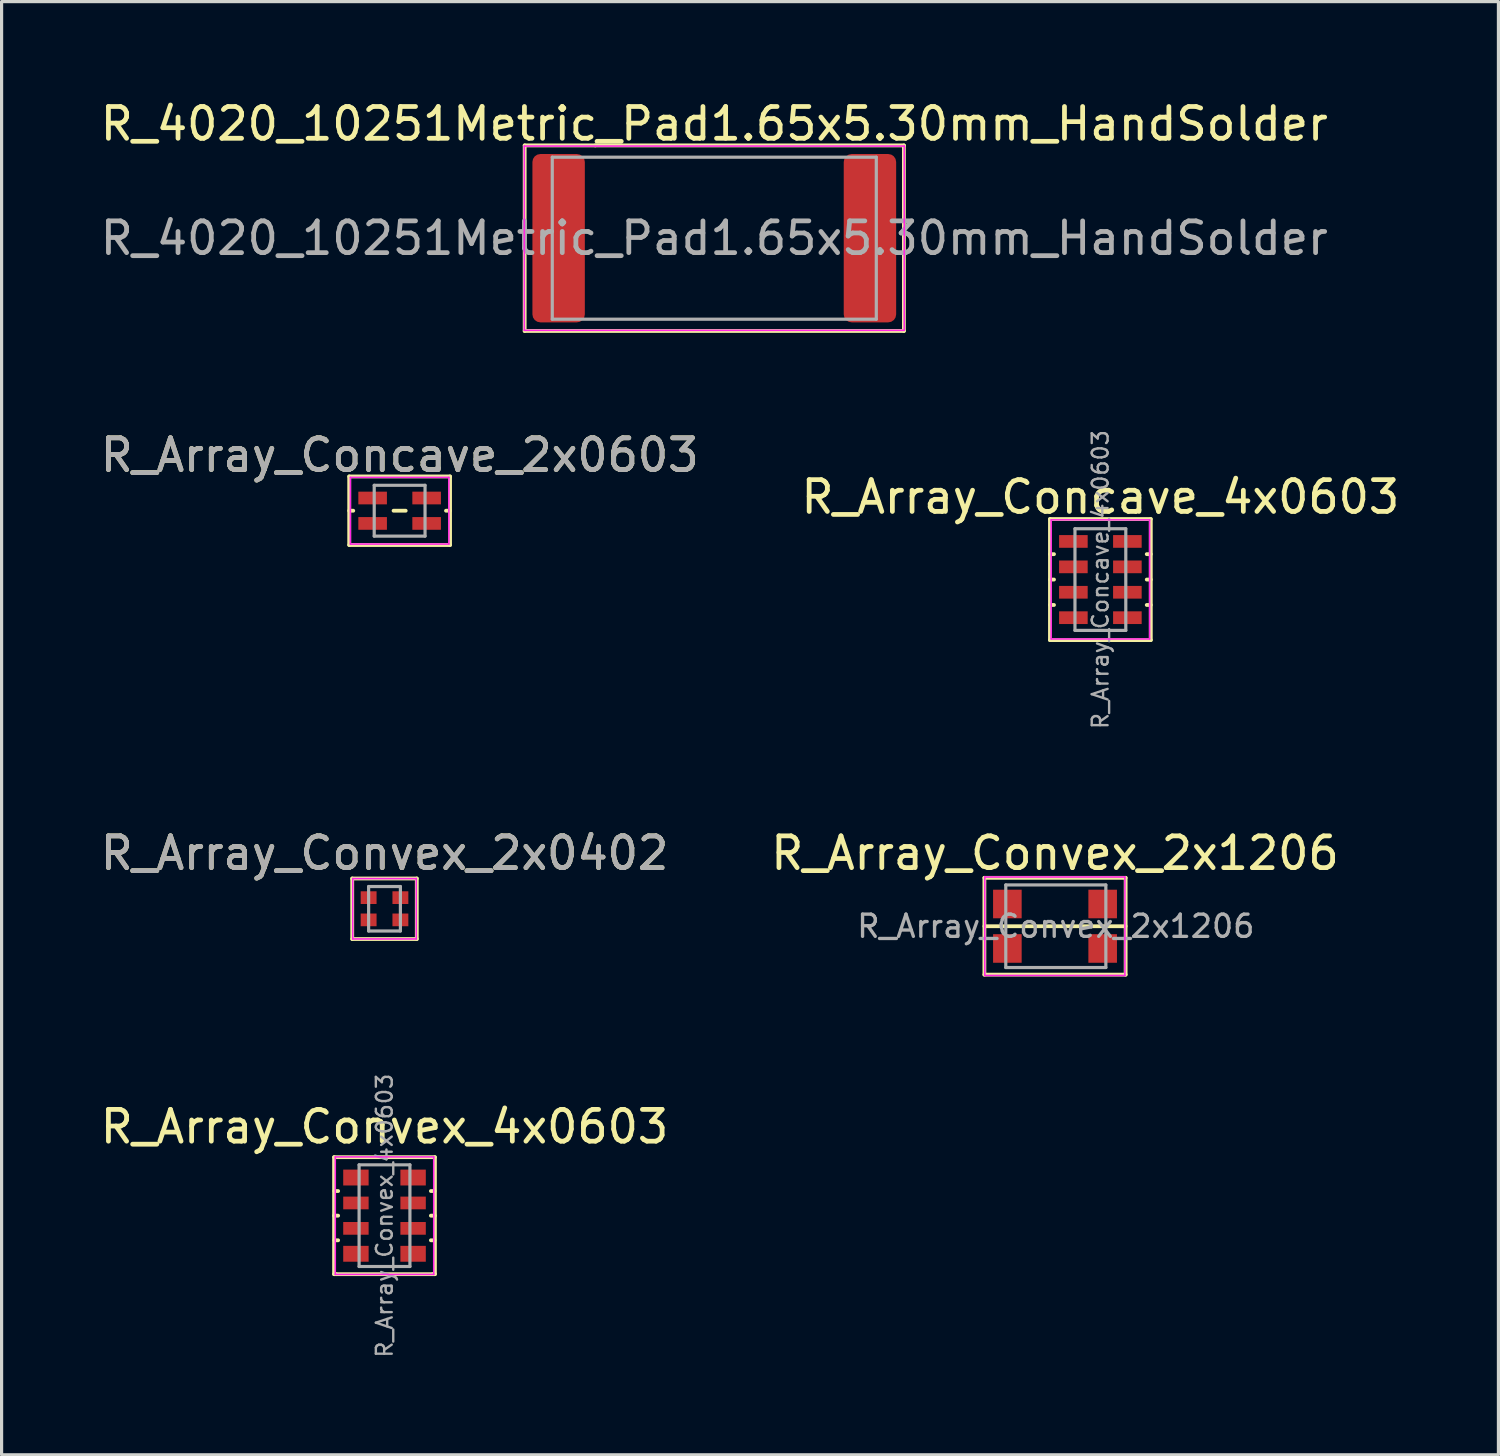
<source format=kicad_pcb>
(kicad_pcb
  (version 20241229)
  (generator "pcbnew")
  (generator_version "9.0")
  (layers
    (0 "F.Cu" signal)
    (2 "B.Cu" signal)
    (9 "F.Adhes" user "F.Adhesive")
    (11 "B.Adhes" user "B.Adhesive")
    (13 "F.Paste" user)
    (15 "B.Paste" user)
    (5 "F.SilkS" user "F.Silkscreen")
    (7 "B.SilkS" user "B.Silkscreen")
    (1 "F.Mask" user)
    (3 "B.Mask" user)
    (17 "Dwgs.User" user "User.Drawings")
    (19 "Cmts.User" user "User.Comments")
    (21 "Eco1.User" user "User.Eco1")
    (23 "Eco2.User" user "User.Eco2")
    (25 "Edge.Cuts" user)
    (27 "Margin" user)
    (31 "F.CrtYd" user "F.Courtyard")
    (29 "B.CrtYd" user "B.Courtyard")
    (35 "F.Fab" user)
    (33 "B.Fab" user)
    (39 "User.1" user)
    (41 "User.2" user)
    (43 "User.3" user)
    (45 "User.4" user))
  (footprint "R_Array_Convex_2x1206"
    (layer "F.Cu")
    (at 30.161 26.107)
    (property "Reference" "R_Array_Convex_2x1206" (at 0 -2.3 0) (layer "F.SilkS") (effects (font (size 1 1) (thickness 0.15))))
    (attr smd)
    (fp_line (start -2.223 -1.524) (end -2.223 1.524) (stroke (width 0.12) (type solid)) (layer "F.SilkS"))
    (fp_line (start -2.223 1.524) (end 2.223 1.524) (stroke (width 0.12) (type solid)) (layer "F.SilkS"))
    (fp_line (start 2.223 -1.524) (end -2.223 -1.524) (stroke (width 0.12) (type solid)) (layer "F.SilkS"))
    (fp_line (start 2.223 0) (end -2.223 0) (stroke (width 0.12) (type solid)) (layer "F.SilkS"))
    (fp_line (start 2.223 1.524) (end 2.223 -1.524) (stroke (width 0.12) (type solid)) (layer "F.SilkS"))
    (fp_line (start -2.21 -1.55) (end -2.21 1.55) (stroke (width 0.05) (type solid)) (layer "F.CrtYd"))
    (fp_line (start -2.21 -1.55) (end 2.2 -1.55) (stroke (width 0.05) (type solid)) (layer "F.CrtYd"))
    (fp_line (start 2.2 1.55) (end -2.21 1.55) (stroke (width 0.05) (type solid)) (layer "F.CrtYd"))
    (fp_line (start 2.2 1.55) (end 2.2 -1.55) (stroke (width 0.05) (type solid)) (layer "F.CrtYd"))
    (fp_line (start -1.55 -1.3) (end 1.6 -1.3) (stroke (width 0.1) (type solid)) (layer "F.Fab"))
    (fp_line (start -1.55 1.3) (end -1.55 -1.3) (stroke (width 0.1) (type solid)) (layer "F.Fab"))
    (fp_line (start 1.6 -1.3) (end 1.6 1.3) (stroke (width 0.1) (type solid)) (layer "F.Fab"))
    (fp_line (start 1.6 1.3) (end -1.55 1.3) (stroke (width 0.1) (type solid)) (layer "F.Fab"))
    (fp_text user "${REFERENCE}" (at 0.025 0 0) (layer "F.Fab") (effects (font (size 0.7 0.7) (thickness 0.105))))
    (pad "1" smd rect (at -1.5 -0.7) (size 0.9 0.9) (layers "F.Cu" "F.Mask" "F.Paste"))
    (pad "2" smd rect (at -1.5 0.7) (size 0.9 0.9) (layers "F.Cu" "F.Mask" "F.Paste"))
    (pad "3" smd rect (at 1.5 0.7) (size 0.9 0.9) (layers "F.Cu" "F.Mask" "F.Paste"))
    (pad "4" smd rect (at 1.5 -0.7) (size 0.9 0.9) (layers "F.Cu" "F.Mask" "F.Paste")))
  (footprint "R_Array_Concave_4x0603"
    (layer "F.Cu")
    (at 31.589 15.194)
    (property "Reference" "R_Array_Concave_4x0603" (at 0 -2.6 0) (layer "F.SilkS") (effects (font (size 1 1) (thickness 0.15))))
    (attr smd)
    (fp_line (start -1.587 -1.905) (end 1.587 -1.905) (stroke (width 0.12) (type solid)) (layer "F.SilkS"))
    (fp_line (start -1.587 -0.8) (end -1.46 -0.8) (stroke (width 0.12) (type solid)) (layer "F.SilkS"))
    (fp_line (start -1.587 0) (end -1.46 0) (stroke (width 0.12) (type solid)) (layer "F.SilkS"))
    (fp_line (start -1.587 0.8) (end -1.46 0.8) (stroke (width 0.12) (type solid)) (layer "F.SilkS"))
    (fp_line (start -1.587 1.905) (end -1.587 -1.905) (stroke (width 0.12) (type solid)) (layer "F.SilkS"))
    (fp_line (start 1.587 -1.905) (end 1.587 1.905) (stroke (width 0.12) (type solid)) (layer "F.SilkS"))
    (fp_line (start 1.587 -0.8) (end 1.46 -0.8) (stroke (width 0.12) (type solid)) (layer "F.SilkS"))
    (fp_line (start 1.587 0) (end 1.46 0) (stroke (width 0.12) (type solid)) (layer "F.SilkS"))
    (fp_line (start 1.587 0.8) (end 1.46 0.8) (stroke (width 0.12) (type solid)) (layer "F.SilkS"))
    (fp_line (start 1.587 1.905) (end -1.587 1.905) (stroke (width 0.12) (type solid)) (layer "F.SilkS"))
    (fp_line (start -1.55 -1.88) (end -1.55 1.87) (stroke (width 0.05) (type solid)) (layer "F.CrtYd"))
    (fp_line (start -1.55 -1.88) (end 1.55 -1.88) (stroke (width 0.05) (type solid)) (layer "F.CrtYd"))
    (fp_line (start 1.55 1.87) (end -1.55 1.87) (stroke (width 0.05) (type solid)) (layer "F.CrtYd"))
    (fp_line (start 1.55 1.87) (end 1.55 -1.88) (stroke (width 0.05) (type solid)) (layer "F.CrtYd"))
    (fp_line (start -0.8 -1.6) (end 0.8 -1.6) (stroke (width 0.1) (type solid)) (layer "F.Fab"))
    (fp_line (start -0.8 1.6) (end -0.8 -1.6) (stroke (width 0.1) (type solid)) (layer "F.Fab"))
    (fp_line (start 0.8 -1.6) (end 0.8 1.6) (stroke (width 0.1) (type solid)) (layer "F.Fab"))
    (fp_line (start 0.8 1.6) (end -0.8 1.6) (stroke (width 0.1) (type solid)) (layer "F.Fab"))
    (fp_text user "${REFERENCE}" (at 0 0 90) (layer "F.Fab") (effects (font (size 0.5 0.5) (thickness 0.075))))
    (pad "1" smd rect (at -0.85 -1.2) (size 0.9 0.4) (layers "F.Cu" "F.Mask" "F.Paste"))
    (pad "2" smd rect (at -0.85 -0.4) (size 0.9 0.4) (layers "F.Cu" "F.Mask" "F.Paste"))
    (pad "3" smd rect (at -0.85 0.4) (size 0.9 0.4) (layers "F.Cu" "F.Mask" "F.Paste"))
    (pad "4" smd rect (at -0.85 1.2) (size 0.9 0.4) (layers "F.Cu" "F.Mask" "F.Paste"))
    (pad "5" smd rect (at 0.85 1.2) (size 0.9 0.4) (layers "F.Cu" "F.Mask" "F.Paste"))
    (pad "6" smd rect (at 0.85 0.4) (size 0.9 0.4) (layers "F.Cu" "F.Mask" "F.Paste"))
    (pad "7" smd rect (at 0.85 -0.4) (size 0.9 0.4) (layers "F.Cu" "F.Mask" "F.Paste"))
    (pad "8" smd rect (at 0.85 -1.2) (size 0.9 0.4) (layers "F.Cu" "F.Mask" "F.Paste")))
  (footprint "R_Array_Convex_2x0402"
    (layer "F.Cu")
    (at 9.054 25.557)
    (property "Reference" "R_Array_Convex_2x0402" (at 0 -1.75 0) (layer "F.SilkS") (effects (font (size 1 1) (thickness 0.15))))
    (attr smd)
    (fp_line (start -1.016 -0.953) (end -1.016 0.953) (stroke (width 0.12) (type solid)) (layer "F.SilkS"))
    (fp_line (start -1.016 0.953) (end 1.016 0.953) (stroke (width 0.12) (type solid)) (layer "F.SilkS"))
    (fp_line (start 1.016 -0.953) (end -1.016 -0.953) (stroke (width 0.12) (type solid)) (layer "F.SilkS"))
    (fp_line (start 1.016 0.953) (end 1.016 -0.953) (stroke (width 0.12) (type solid)) (layer "F.SilkS"))
    (fp_line (start -1 -0.95) (end -1 0.95) (stroke (width 0.05) (type solid)) (layer "F.CrtYd"))
    (fp_line (start -1 -0.95) (end 1 -0.95) (stroke (width 0.05) (type solid)) (layer "F.CrtYd"))
    (fp_line (start 1 0.95) (end -1 0.95) (stroke (width 0.05) (type solid)) (layer "F.CrtYd"))
    (fp_line (start 1 0.95) (end 1 -0.95) (stroke (width 0.05) (type solid)) (layer "F.CrtYd"))
    (fp_line (start -0.5 -0.7) (end -0.5 0.7) (stroke (width 0.1) (type solid)) (layer "F.Fab"))
    (fp_line (start -0.5 0.7) (end 0.5 0.7) (stroke (width 0.1) (type solid)) (layer "F.Fab"))
    (fp_line (start 0.5 -0.7) (end -0.5 -0.7) (stroke (width 0.1) (type solid)) (layer "F.Fab"))
    (fp_line (start 0.5 0.7) (end 0.5 -0.7) (stroke (width 0.1) (type solid)) (layer "F.Fab"))
    (fp_text user "${REFERENCE}" (at 0 -1.75 0) (layer "F.Fab") (effects (font (size 1 1) (thickness 0.15))))
    (pad "1" smd rect (at -0.5 -0.35) (size 0.5 0.4) (layers "F.Cu" "F.Mask" "F.Paste"))
    (pad "2" smd rect (at -0.5 0.35) (size 0.5 0.4) (layers "F.Cu" "F.Mask" "F.Paste"))
    (pad "3" smd rect (at 0.5 0.35) (size 0.5 0.4) (layers "F.Cu" "F.Mask" "F.Paste"))
    (pad "4" smd rect (at 0.5 -0.35) (size 0.5 0.4) (layers "F.Cu" "F.Mask" "F.Paste")))
  (footprint "R_Array_Concave_2x0603"
    (layer "F.Cu")
    (at 9.53 13.027)
    (property "Reference" "R_Array_Concave_2x0603" (at 0 -1.75 0) (layer "F.SilkS") (effects (font (size 1 1) (thickness 0.15))))
    (attr smd)
    (fp_line (start -1.587 -1.079) (end -1.587 1.079) (stroke (width 0.12) (type solid)) (layer "F.SilkS"))
    (fp_line (start -1.587 0) (end -1.46 0) (stroke (width 0.12) (type solid)) (layer "F.SilkS"))
    (fp_line (start -1.587 1.079) (end 1.587 1.079) (stroke (width 0.12) (type solid)) (layer "F.SilkS"))
    (fp_line (start -0.191 0) (end 0.191 0) (stroke (width 0.12) (type solid)) (layer "F.SilkS"))
    (fp_line (start 1.587 -1.079) (end -1.587 -1.079) (stroke (width 0.12) (type solid)) (layer "F.SilkS"))
    (fp_line (start 1.587 0) (end 1.46 0) (stroke (width 0.12) (type solid)) (layer "F.SilkS"))
    (fp_line (start 1.587 1.079) (end 1.587 -1.079) (stroke (width 0.12) (type solid)) (layer "F.SilkS"))
    (fp_line (start -1.55 -1.05) (end -1.55 1.05) (stroke (width 0.05) (type solid)) (layer "F.CrtYd"))
    (fp_line (start -1.55 -1.05) (end 1.55 -1.05) (stroke (width 0.05) (type solid)) (layer "F.CrtYd"))
    (fp_line (start 1.55 1.05) (end -1.55 1.05) (stroke (width 0.05) (type solid)) (layer "F.CrtYd"))
    (fp_line (start 1.55 1.05) (end 1.55 -1.05) (stroke (width 0.05) (type solid)) (layer "F.CrtYd"))
    (fp_line (start -0.8 -0.8) (end 0.8 -0.8) (stroke (width 0.1) (type solid)) (layer "F.Fab"))
    (fp_line (start -0.8 0.8) (end -0.8 -0.8) (stroke (width 0.1) (type solid)) (layer "F.Fab"))
    (fp_line (start 0.8 -0.8) (end 0.8 0.8) (stroke (width 0.1) (type solid)) (layer "F.Fab"))
    (fp_line (start 0.8 0.8) (end -0.8 0.8) (stroke (width 0.1) (type solid)) (layer "F.Fab"))
    (fp_text user "${REFERENCE}" (at 0 -1.75 0) (layer "F.Fab") (effects (font (size 1 1) (thickness 0.15))))
    (pad "1" smd rect (at -0.85 -0.4) (size 0.9 0.4) (layers "F.Cu" "F.Mask" "F.Paste"))
    (pad "2" smd rect (at -0.85 0.4) (size 0.9 0.4) (layers "F.Cu" "F.Mask" "F.Paste"))
    (pad "3" smd rect (at 0.85 0.4) (size 0.9 0.4) (layers "F.Cu" "F.Mask" "F.Paste"))
    (pad "4" smd rect (at 0.85 -0.4) (size 0.9 0.4) (layers "F.Cu" "F.Mask" "F.Paste")))
  (footprint "R_4020_10251Metric_Pad1.65x5.30mm_HandSolder"
    (layer "F.Cu")
    (at 19.435 4.448)
    (property "Reference" "R_4020_10251Metric_Pad1.65x5.30mm_HandSolder" (at 0 -3.6 0) (layer "F.SilkS") (effects (font (size 1 1) (thickness 0.15))))
    (attr smd)
    (fp_line (start -5.969 -2.921) (end -5.969 2.921) (stroke (width 0.12) (type solid)) (layer "F.SilkS"))
    (fp_line (start -5.969 2.921) (end 5.969 2.921) (stroke (width 0.12) (type solid)) (layer "F.SilkS"))
    (fp_line (start -3.747 -2.921) (end -5.969 -2.921) (stroke (width 0.12) (type solid)) (layer "F.SilkS"))
    (fp_line (start 5.969 -2.921) (end -3.747 -2.921) (stroke (width 0.12) (type solid)) (layer "F.SilkS"))
    (fp_line (start 5.969 2.921) (end 5.969 -2.921) (stroke (width 0.12) (type solid)) (layer "F.SilkS"))
    (fp_line (start -5.98 -2.9) (end 5.98 -2.9) (stroke (width 0.05) (type solid)) (layer "F.CrtYd"))
    (fp_line (start -5.98 2.9) (end -5.98 -2.9) (stroke (width 0.05) (type solid)) (layer "F.CrtYd"))
    (fp_line (start 5.98 -2.9) (end 5.98 2.9) (stroke (width 0.05) (type solid)) (layer "F.CrtYd"))
    (fp_line (start 5.98 2.9) (end -5.98 2.9) (stroke (width 0.05) (type solid)) (layer "F.CrtYd"))
    (fp_line (start -5.1 -2.55) (end 5.1 -2.55) (stroke (width 0.1) (type solid)) (layer "F.Fab"))
    (fp_line (start -5.1 2.55) (end -5.1 -2.55) (stroke (width 0.1) (type solid)) (layer "F.Fab"))
    (fp_line (start 5.1 -2.55) (end 5.1 2.55) (stroke (width 0.1) (type solid)) (layer "F.Fab"))
    (fp_line (start 5.1 2.55) (end -5.1 2.55) (stroke (width 0.1) (type solid)) (layer "F.Fab"))
    (fp_text user "${REFERENCE}" (at 0 0 0) (layer "F.Fab") (effects (font (size 1 1) (thickness 0.15))))
    (pad "1" smd roundrect (at -4.9 0) (size 1.65 5.3) (layers "F.Cu" "F.Mask" "F.Paste") (roundrect_rratio 0.152))
    (pad "2" smd roundrect (at 4.9 0) (size 1.65 5.3) (layers "F.Cu" "F.Mask" "F.Paste") (roundrect_rratio 0.152)))
  (footprint "R_Array_Convex_4x0603"
    (layer "F.Cu")
    (at 9.054 35.218)
    (property "Reference" "R_Array_Convex_4x0603" (at 0 -2.8 0) (layer "F.SilkS") (effects (font (size 1 1) (thickness 0.15))))
    (attr smd)
    (fp_line (start -1.587 -1.841) (end 1.587 -1.841) (stroke (width 0.12) (type solid)) (layer "F.SilkS"))
    (fp_line (start -1.587 0) (end -1.46 0) (stroke (width 0.12) (type solid)) (layer "F.SilkS"))
    (fp_line (start -1.587 1.841) (end -1.587 -1.841) (stroke (width 0.12) (type solid)) (layer "F.SilkS"))
    (fp_line (start -1.524 1.841) (end -1.587 1.841) (stroke (width 0.12) (type solid)) (layer "F.SilkS"))
    (fp_line (start -1.46 -0.775) (end -1.575 -0.775) (stroke (width 0.12) (type solid)) (layer "F.SilkS"))
    (fp_line (start -1.46 0.775) (end -1.575 0.775) (stroke (width 0.12) (type solid)) (layer "F.SilkS"))
    (fp_line (start 1.46 -0.775) (end 1.575 -0.775) (stroke (width 0.12) (type solid)) (layer "F.SilkS"))
    (fp_line (start 1.46 0.775) (end 1.575 0.775) (stroke (width 0.12) (type solid)) (layer "F.SilkS"))
    (fp_line (start 1.524 1.841) (end -1.524 1.841) (stroke (width 0.12) (type solid)) (layer "F.SilkS"))
    (fp_line (start 1.587 -1.841) (end 1.587 1.841) (stroke (width 0.12) (type solid)) (layer "F.SilkS"))
    (fp_line (start 1.587 0) (end 1.46 0) (stroke (width 0.12) (type solid)) (layer "F.SilkS"))
    (fp_line (start 1.587 1.841) (end 1.524 1.841) (stroke (width 0.12) (type solid)) (layer "F.SilkS"))
    (fp_line (start -1.55 -1.85) (end -1.55 1.85) (stroke (width 0.05) (type solid)) (layer "F.CrtYd"))
    (fp_line (start -1.55 -1.85) (end 1.55 -1.85) (stroke (width 0.05) (type solid)) (layer "F.CrtYd"))
    (fp_line (start 1.55 1.85) (end -1.55 1.85) (stroke (width 0.05) (type solid)) (layer "F.CrtYd"))
    (fp_line (start 1.55 1.85) (end 1.55 -1.85) (stroke (width 0.05) (type solid)) (layer "F.CrtYd"))
    (fp_line (start -0.8 -1.6) (end 0.8 -1.6) (stroke (width 0.1) (type solid)) (layer "F.Fab"))
    (fp_line (start -0.8 1.6) (end -0.8 -1.6) (stroke (width 0.1) (type solid)) (layer "F.Fab"))
    (fp_line (start 0.8 -1.6) (end 0.8 1.6) (stroke (width 0.1) (type solid)) (layer "F.Fab"))
    (fp_line (start 0.8 1.6) (end -0.8 1.6) (stroke (width 0.1) (type solid)) (layer "F.Fab"))
    (fp_text user "${REFERENCE}" (at 0 0 90) (layer "F.Fab") (effects (font (size 0.5 0.5) (thickness 0.075))))
    (pad "1" smd rect (at -0.9 -1.2) (size 0.8 0.5) (layers "F.Cu" "F.Mask" "F.Paste"))
    (pad "2" smd rect (at -0.9 -0.4) (size 0.8 0.4) (layers "F.Cu" "F.Mask" "F.Paste"))
    (pad "3" smd rect (at -0.9 0.4) (size 0.8 0.4) (layers "F.Cu" "F.Mask" "F.Paste"))
    (pad "4" smd rect (at -0.9 1.2) (size 0.8 0.5) (layers "F.Cu" "F.Mask" "F.Paste"))
    (pad "5" smd rect (at 0.9 1.2) (size 0.8 0.5) (layers "F.Cu" "F.Mask" "F.Paste"))
    (pad "6" smd rect (at 0.9 0.4) (size 0.8 0.4) (layers "F.Cu" "F.Mask" "F.Paste"))
    (pad "7" smd rect (at 0.9 -0.4) (size 0.8 0.4) (layers "F.Cu" "F.Mask" "F.Paste"))
    (pad "8" smd rect (at 0.9 -1.2) (size 0.8 0.5) (layers "F.Cu" "F.Mask" "F.Paste")))
  (gr_rect
    (start -3 -3)
    (end 44.119 42.745)
    (stroke (width 0.1) (type default))
    (fill no)
    (layer "Edge.Cuts")))
</source>
